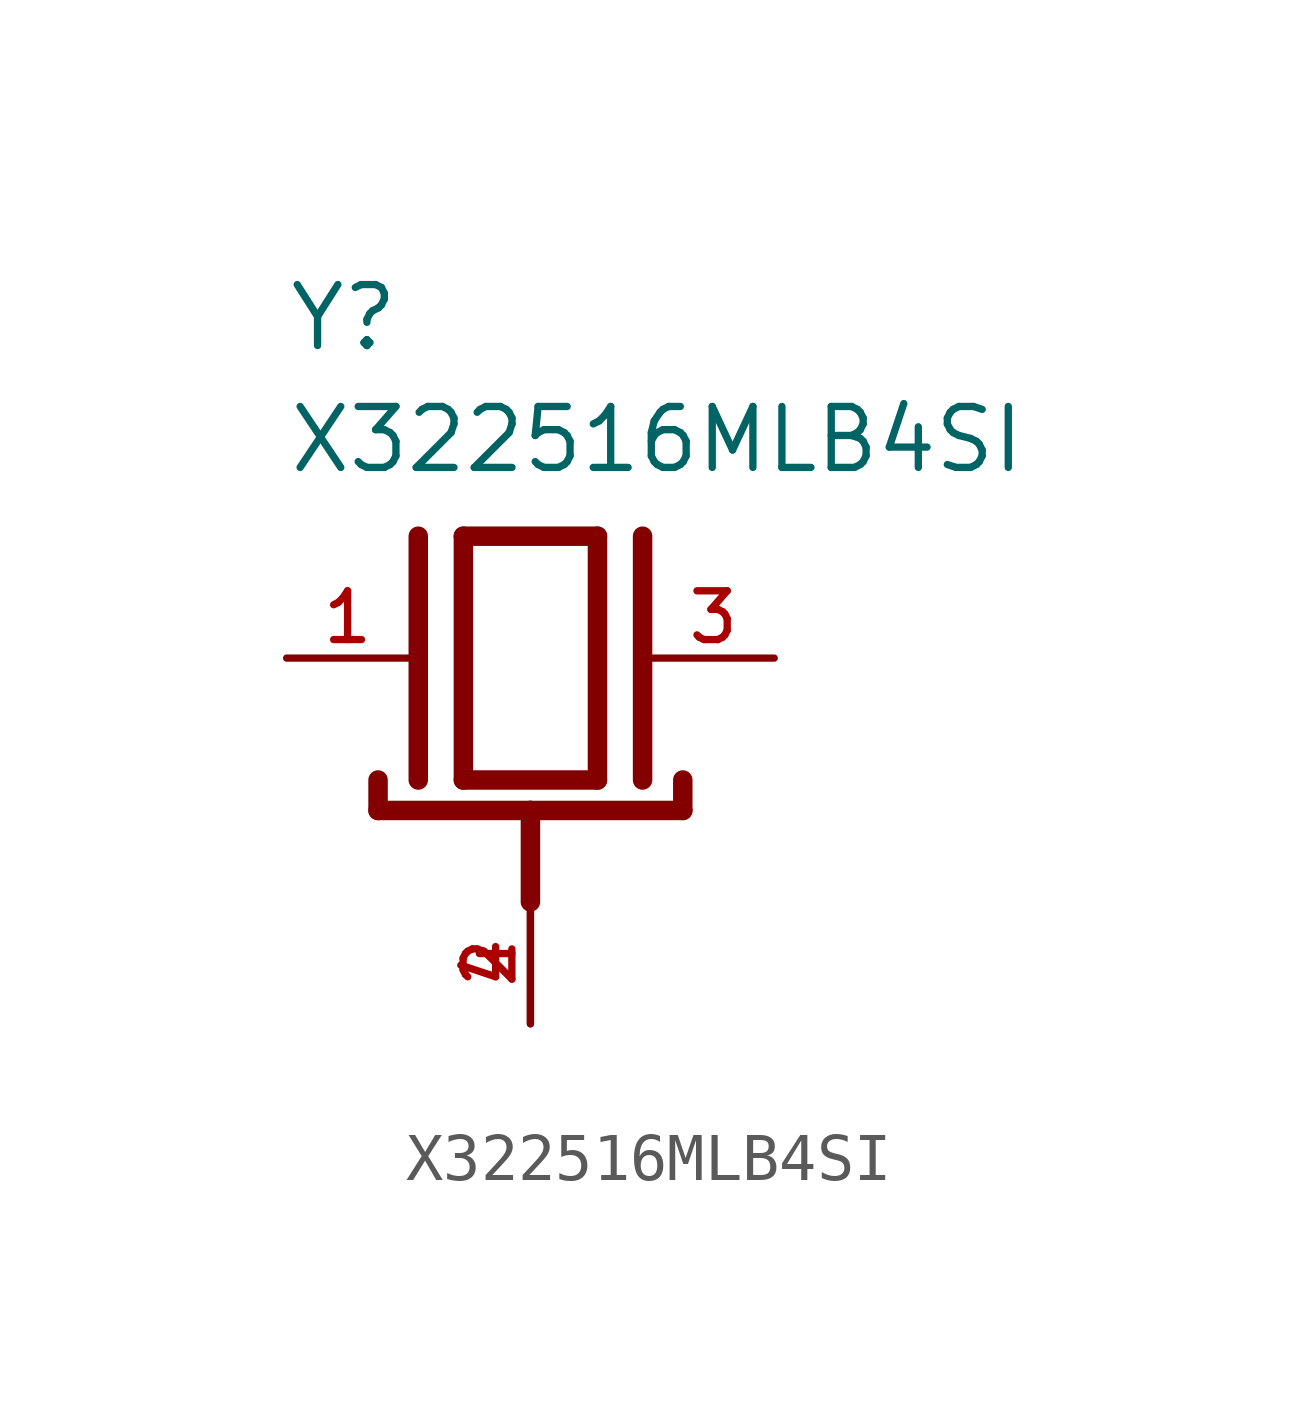
<source format=kicad_sym>
(kicad_symbol_lib
  (version 20211014)
  (generator kicad_symbol_editor)
  (symbol "X322516MLB4SI"
    (pin_names
      (offset 1.016))
    (property "Reference" "Y"
      (at -5.08 6.35 0)
      (effects (font (size 1.27 1.27)) (justify bottom left)))
    (property "Value" "X322516MLB4SI"
      (at -5.08 3.81 0)
      (effects (font (size 1.27 1.27)) (justify bottom left)))
    (symbol "X322516MLB4SI_0_0"
      (polyline (pts (xy -1.397 2.54) (xy 1.397 2.54)) (stroke (width 0.406)))
      (polyline (pts (xy 1.397 2.54) (xy 1.397 -2.54)) (stroke (width 0.406)))
      (polyline (pts (xy 1.397 -2.54) (xy -1.397 -2.54)) (stroke (width 0.406)))
      (polyline (pts (xy -1.397 2.54) (xy -1.397 -2.54)) (stroke (width 0.406)))
      (polyline (pts (xy 2.337 2.54) (xy 2.337 -2.54)) (stroke (width 0.406)))
      (polyline (pts (xy -2.337 2.54) (xy -2.337 -2.54)) (stroke (width 0.406)))
      (polyline (pts (xy -3.175 -2.54) (xy -3.175 -3.175)) (stroke (width 0.406)))
      (polyline (pts (xy -3.175 -3.175) (xy 0.0 -3.175)) (stroke (width 0.406)))
      (polyline (pts (xy 0.0 -3.175) (xy 3.175 -3.175)) (stroke (width 0.406)))
      (polyline (pts (xy 3.175 -3.175) (xy 3.175 -2.54)) (stroke (width 0.406)))
      (polyline (pts (xy 0.0 -5.08) (xy 0.0 -3.175)) (stroke (width 0.406)))
      (pin passive line (at -5.08 0.0 0) (length 2.54) (name "~" (effects (font (size 1.016 1.016)))) (number "1" (effects (font (size 1.016 1.016)))))
      (pin passive line (at 5.08 0.0 180.0) (length 2.54) (name "~" (effects (font (size 1.016 1.016)))) (number "3" (effects (font (size 1.016 1.016)))))
      (pin power_in line (at 0.0 -7.62 90.0) (length 2.54) (name "~" (effects (font (size 1.016 1.016)))) (number "2" (effects (font (size 1.016 1.016)))))
      (pin power_in line (at 0.0 -7.62 90.0) (length 2.54) (name "~" (effects (font (size 1.016 1.016)))) (number "4" (effects (font (size 1.016 1.016))))))))
</source>
